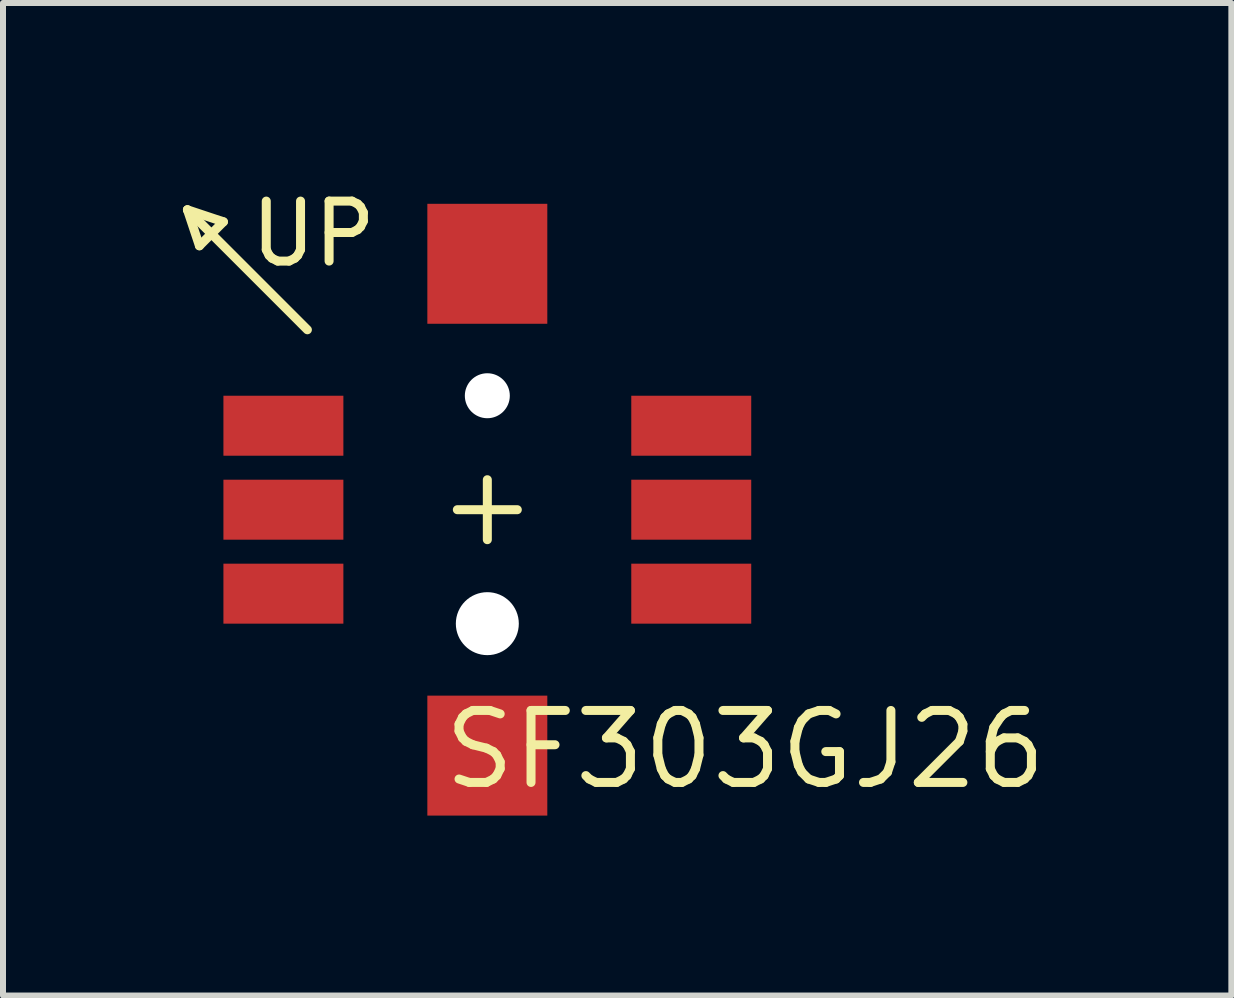
<source format=kicad_pcb>
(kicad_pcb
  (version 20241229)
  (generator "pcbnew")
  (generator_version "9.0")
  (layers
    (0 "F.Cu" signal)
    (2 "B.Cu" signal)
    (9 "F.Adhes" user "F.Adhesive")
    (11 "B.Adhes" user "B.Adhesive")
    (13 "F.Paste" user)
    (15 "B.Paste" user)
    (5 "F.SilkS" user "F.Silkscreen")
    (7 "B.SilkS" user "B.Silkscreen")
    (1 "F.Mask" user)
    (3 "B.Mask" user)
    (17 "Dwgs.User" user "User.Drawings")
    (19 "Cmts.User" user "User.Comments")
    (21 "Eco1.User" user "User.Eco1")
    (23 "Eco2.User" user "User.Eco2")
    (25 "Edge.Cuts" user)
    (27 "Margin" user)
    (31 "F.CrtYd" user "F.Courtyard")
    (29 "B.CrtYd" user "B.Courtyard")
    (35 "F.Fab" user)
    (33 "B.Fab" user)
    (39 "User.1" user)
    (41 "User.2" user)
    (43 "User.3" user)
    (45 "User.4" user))
  (footprint "SF303GJ26"
    (layer "F.Cu")
    (at 5.075 5.448)
    (property "Reference" "SF303GJ26" (at 4.3 4 180) (layer "F.SilkS") (effects (font (size 1.2 1.2) (thickness 0.15))))
    (attr through_hole)
    (fp_line (start -5 -5) (end -4.8 -4.4) (stroke (width 0.15) (type solid)) (layer "F.SilkS"))
    (fp_line (start -4.8 -4.4) (end -4.4 -4.8) (stroke (width 0.15) (type solid)) (layer "F.SilkS"))
    (fp_line (start -4.4 -4.8) (end -5 -5) (stroke (width 0.15) (type solid)) (layer "F.SilkS"))
    (fp_line (start -3 -3) (end -5 -5) (stroke (width 0.15) (type solid)) (layer "F.SilkS"))
    (fp_line (start -0.5 0) (end 0.5 0) (stroke (width 0.15) (type solid)) (layer "F.SilkS"))
    (fp_line (start 0 -0.5) (end 0 0.5) (stroke (width 0.15) (type solid)) (layer "F.SilkS"))
    (fp_text user "UP" (at -2.9 -4.6 0) (layer "F.SilkS") (effects (font (size 1 1) (thickness 0.15))))
    (pad "" np_thru_hole circle (at 0 -1.9 270) (size 0.75 0.75) (drill 0.75) (layers "*.Cu" "*.Mask"))
    (pad "" np_thru_hole circle (at 0 1.9 270) (size 1.05 1.05) (drill 1.05) (layers "*.Cu" "*.Mask"))
    (pad "0" smd rect (at 0 -4.1 270) (size 2 2) (layers "F.Cu" "F.Mask" "F.Paste"))
    (pad "0" smd rect (at 0 4.1 270) (size 2 2) (layers "F.Cu" "F.Mask" "F.Paste"))
    (pad "1" smd rect (at -3.4 -1.4 270) (size 1 2) (layers "F.Cu" "F.Mask" "F.Paste"))
    (pad "2" smd rect (at -3.4 0 270) (size 1 2) (layers "F.Cu" "F.Mask" "F.Paste"))
    (pad "3" smd rect (at -3.4 1.4 270) (size 1 2) (layers "F.Cu" "F.Mask" "F.Paste"))
    (pad "4" smd rect (at 3.4 -1.4 270) (size 1 2) (layers "F.Cu" "F.Mask" "F.Paste"))
    (pad "5" smd rect (at 3.4 0 270) (size 1 2) (layers "F.Cu" "F.Mask" "F.Paste"))
    (pad "6" smd rect (at 3.4 1.4 270) (size 1 2) (layers "F.Cu" "F.Mask" "F.Paste")))
  (gr_rect
    (start -3 -3)
    (end 17.48 13.548)
    (stroke (width 0.1) (type default))
    (fill no)
    (layer "Edge.Cuts")))
</source>
